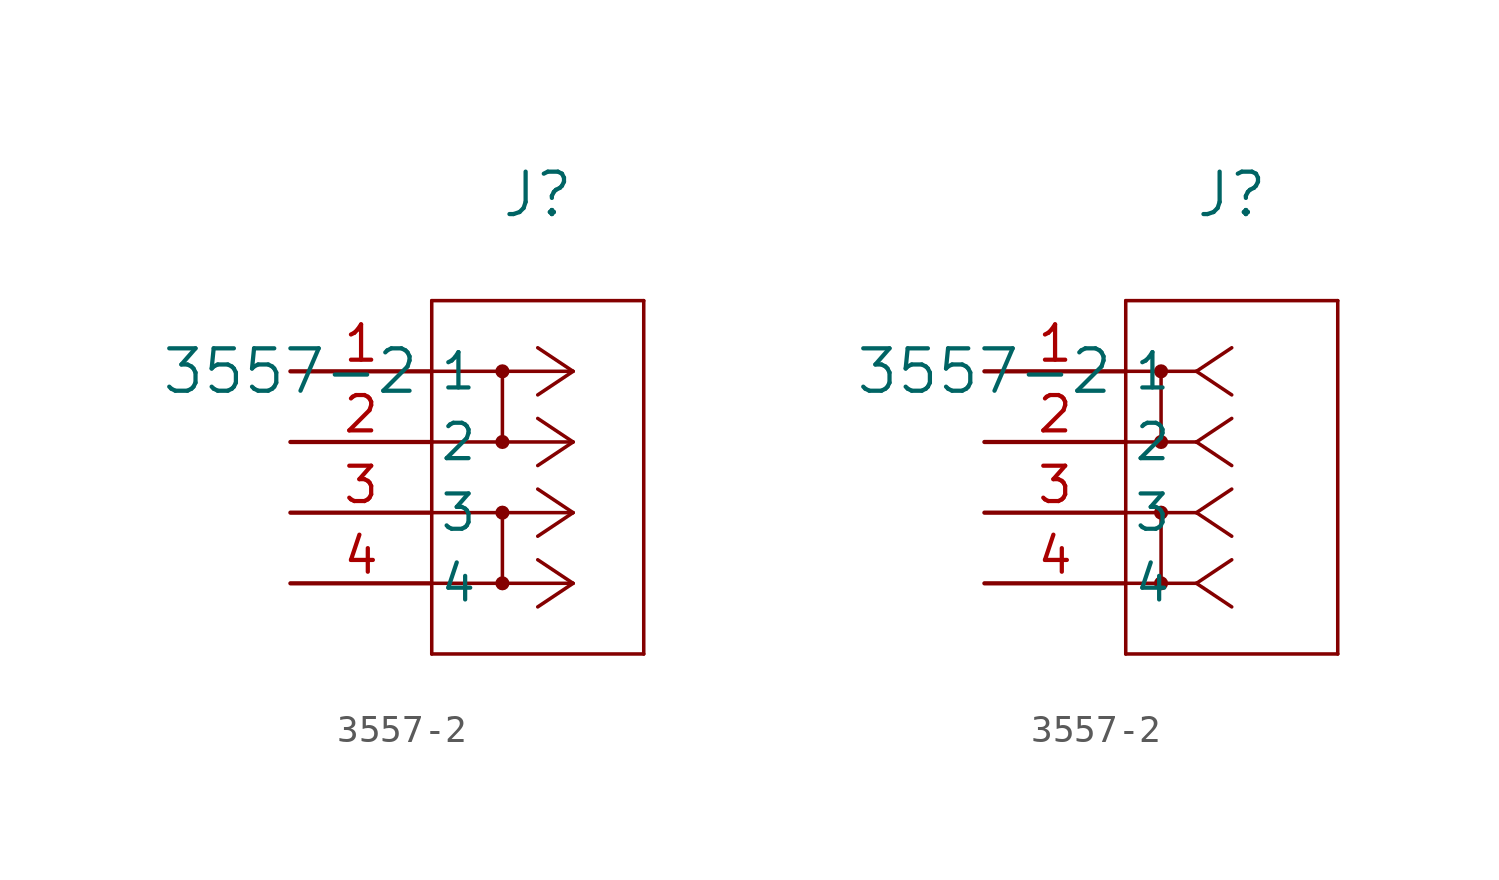
<source format=kicad_sym>
(kicad_symbol_lib
  (version 20211014)
  (generator kicad_symbol_editor)
  (symbol "3557-2"
    (pin_names
      (offset 0.254))
    (property "Reference" "J"
      (at 8.89 6.35 0)
      (effects (font (size 1.524 1.524))))
    (property "Value" "3557-2"
      (at 0 0 0)
      (effects (font (size 1.524 1.524))))
    (symbol "3557-2_1_1"
      (polyline (pts (xy 10.16 0) (xy 5.08 0)) (stroke (width 0.127) (type default) (color 0 0 0 0)) (fill (type none)))
      (polyline (pts (xy 10.16 -2.54) (xy 5.08 -2.54)) (stroke (width 0.127) (type default) (color 0 0 0 0)) (fill (type none)))
      (polyline (pts (xy 10.16 -5.08) (xy 5.08 -5.08)) (stroke (width 0.127) (type default) (color 0 0 0 0)) (fill (type none)))
      (polyline (pts (xy 10.16 -7.62) (xy 5.08 -7.62)) (stroke (width 0.127) (type default) (color 0 0 0 0)) (fill (type none)))
      (polyline (pts (xy 10.16 0) (xy 8.89 0.847)) (stroke (width 0.127) (type default) (color 0 0 0 0)) (fill (type none)))
      (polyline (pts (xy 10.16 -2.54) (xy 8.89 -1.693)) (stroke (width 0.127) (type default) (color 0 0 0 0)) (fill (type none)))
      (polyline (pts (xy 10.16 -5.08) (xy 8.89 -4.233)) (stroke (width 0.127) (type default) (color 0 0 0 0)) (fill (type none)))
      (polyline (pts (xy 10.16 -7.62) (xy 8.89 -6.773)) (stroke (width 0.127) (type default) (color 0 0 0 0)) (fill (type none)))
      (polyline (pts (xy 10.16 0) (xy 8.89 -0.847)) (stroke (width 0.127) (type default) (color 0 0 0 0)) (fill (type none)))
      (polyline (pts (xy 10.16 -2.54) (xy 8.89 -3.387)) (stroke (width 0.127) (type default) (color 0 0 0 0)) (fill (type none)))
      (polyline (pts (xy 10.16 -5.08) (xy 8.89 -5.927)) (stroke (width 0.127) (type default) (color 0 0 0 0)) (fill (type none)))
      (polyline (pts (xy 10.16 -7.62) (xy 8.89 -8.467)) (stroke (width 0.127) (type default) (color 0 0 0 0)) (fill (type none)))
      (polyline (pts (xy 5.08 2.54) (xy 5.08 -10.16)) (stroke (width 0.127) (type default) (color 0 0 0 0)) (fill (type none)))
      (polyline (pts (xy 5.08 -10.16) (xy 12.7 -10.16)) (stroke (width 0.127) (type default) (color 0 0 0 0)) (fill (type none)))
      (polyline (pts (xy 12.7 -10.16) (xy 12.7 2.54)) (stroke (width 0.127) (type default) (color 0 0 0 0)) (fill (type none)))
      (polyline (pts (xy 12.7 2.54) (xy 5.08 2.54)) (stroke (width 0.127) (type default) (color 0 0 0 0)) (fill (type none)))
      (polyline (pts (xy 7.62 0) (xy 7.62 -2.54)) (stroke (width 0.127) (type default) (color 0 0 0 0)) (fill (type none)))
      (circle (center 7.62 0) (radius 0.127) (stroke (width 0.254) (type default) (color 0 0 0 0)) (fill (type none)))
      (circle (center 7.62 -2.54) (radius 0.127) (stroke (width 0.254) (type default) (color 0 0 0 0)) (fill (type none)))
      (polyline (pts (xy 7.62 -5.08) (xy 7.62 -7.62)) (stroke (width 0.127) (type default) (color 0 0 0 0)) (fill (type none)))
      (circle (center 7.62 -5.08) (radius 0.127) (stroke (width 0.254) (type default) (color 0 0 0 0)) (fill (type none)))
      (circle (center 7.62 -7.62) (radius 0.127) (stroke (width 0.254) (type default) (color 0 0 0 0)) (fill (type none)))
      (pin unspecified line (at 0 0 0) (length 5.08) (name "1" (effects (font (size 1.27 1.27)))) (number "1" (effects (font (size 1.27 1.27)))))
      (pin unspecified line (at 0 -2.54 0) (length 5.08) (name "2" (effects (font (size 1.27 1.27)))) (number "2" (effects (font (size 1.27 1.27)))))
      (pin unspecified line (at 0 -5.08 0) (length 5.08) (name "3" (effects (font (size 1.27 1.27)))) (number "3" (effects (font (size 1.27 1.27)))))
      (pin unspecified line (at 0 -7.62 0) (length 5.08) (name "4" (effects (font (size 1.27 1.27)))) (number "4" (effects (font (size 1.27 1.27))))))
    (symbol "3557-2_1_2"
      (polyline (pts (xy 7.62 0) (xy 5.08 0)) (stroke (width 0.127) (type default) (color 0 0 0 0)) (fill (type none)))
      (polyline (pts (xy 7.62 -2.54) (xy 5.08 -2.54)) (stroke (width 0.127) (type default) (color 0 0 0 0)) (fill (type none)))
      (polyline (pts (xy 7.62 -5.08) (xy 5.08 -5.08)) (stroke (width 0.127) (type default) (color 0 0 0 0)) (fill (type none)))
      (polyline (pts (xy 7.62 -7.62) (xy 5.08 -7.62)) (stroke (width 0.127) (type default) (color 0 0 0 0)) (fill (type none)))
      (polyline (pts (xy 7.62 0) (xy 8.89 0.847)) (stroke (width 0.127) (type default) (color 0 0 0 0)) (fill (type none)))
      (polyline (pts (xy 7.62 -2.54) (xy 8.89 -1.693)) (stroke (width 0.127) (type default) (color 0 0 0 0)) (fill (type none)))
      (polyline (pts (xy 7.62 -5.08) (xy 8.89 -4.233)) (stroke (width 0.127) (type default) (color 0 0 0 0)) (fill (type none)))
      (polyline (pts (xy 7.62 -7.62) (xy 8.89 -6.773)) (stroke (width 0.127) (type default) (color 0 0 0 0)) (fill (type none)))
      (polyline (pts (xy 7.62 0) (xy 8.89 -0.847)) (stroke (width 0.127) (type default) (color 0 0 0 0)) (fill (type none)))
      (polyline (pts (xy 7.62 -2.54) (xy 8.89 -3.387)) (stroke (width 0.127) (type default) (color 0 0 0 0)) (fill (type none)))
      (polyline (pts (xy 7.62 -5.08) (xy 8.89 -5.927)) (stroke (width 0.127) (type default) (color 0 0 0 0)) (fill (type none)))
      (polyline (pts (xy 7.62 -7.62) (xy 8.89 -8.467)) (stroke (width 0.127) (type default) (color 0 0 0 0)) (fill (type none)))
      (polyline (pts (xy 5.08 2.54) (xy 5.08 -10.16)) (stroke (width 0.127) (type default) (color 0 0 0 0)) (fill (type none)))
      (polyline (pts (xy 5.08 -10.16) (xy 12.7 -10.16)) (stroke (width 0.127) (type default) (color 0 0 0 0)) (fill (type none)))
      (polyline (pts (xy 12.7 -10.16) (xy 12.7 2.54)) (stroke (width 0.127) (type default) (color 0 0 0 0)) (fill (type none)))
      (polyline (pts (xy 12.7 2.54) (xy 5.08 2.54)) (stroke (width 0.127) (type default) (color 0 0 0 0)) (fill (type none)))
      (polyline (pts (xy 6.35 0) (xy 6.35 -2.54)) (stroke (width 0.127) (type default) (color 0 0 0 0)) (fill (type none)))
      (circle (center 6.35 0) (radius 0.127) (stroke (width 0.254) (type default) (color 0 0 0 0)) (fill (type none)))
      (circle (center 6.35 -2.54) (radius 0.127) (stroke (width 0.254) (type default) (color 0 0 0 0)) (fill (type none)))
      (polyline (pts (xy 6.35 -5.08) (xy 6.35 -7.62)) (stroke (width 0.127) (type default) (color 0 0 0 0)) (fill (type none)))
      (circle (center 6.35 -5.08) (radius 0.127) (stroke (width 0.254) (type default) (color 0 0 0 0)) (fill (type none)))
      (circle (center 6.35 -7.62) (radius 0.127) (stroke (width 0.254) (type default) (color 0 0 0 0)) (fill (type none)))
      (pin unspecified line (at 0 0 0) (length 5.08) (name "1" (effects (font (size 1.27 1.27)))) (number "1" (effects (font (size 1.27 1.27)))))
      (pin unspecified line (at 0 -2.54 0) (length 5.08) (name "2" (effects (font (size 1.27 1.27)))) (number "2" (effects (font (size 1.27 1.27)))))
      (pin unspecified line (at 0 -5.08 0) (length 5.08) (name "3" (effects (font (size 1.27 1.27)))) (number "3" (effects (font (size 1.27 1.27)))))
      (pin unspecified line (at 0 -7.62 0) (length 5.08) (name "4" (effects (font (size 1.27 1.27)))) (number "4" (effects (font (size 1.27 1.27))))))))
</source>
